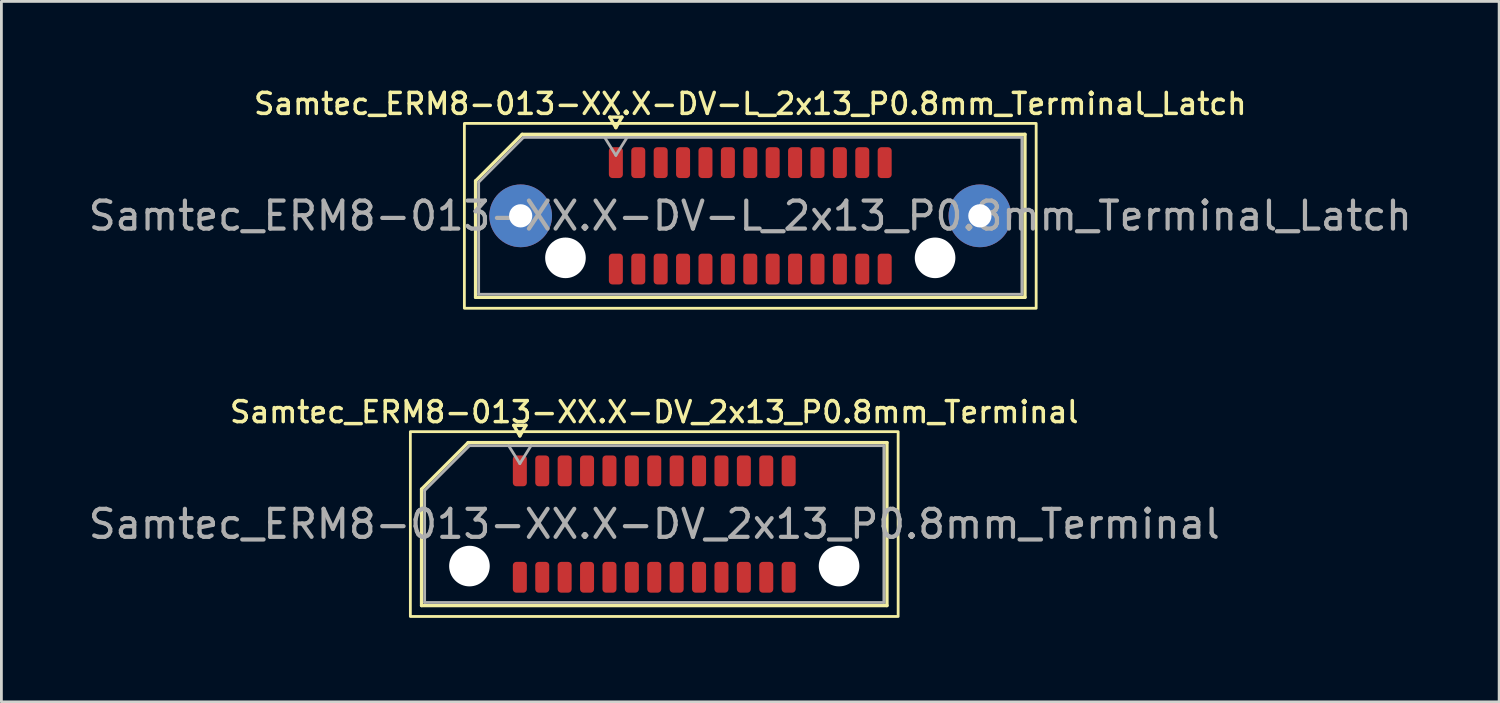
<source format=kicad_pcb>
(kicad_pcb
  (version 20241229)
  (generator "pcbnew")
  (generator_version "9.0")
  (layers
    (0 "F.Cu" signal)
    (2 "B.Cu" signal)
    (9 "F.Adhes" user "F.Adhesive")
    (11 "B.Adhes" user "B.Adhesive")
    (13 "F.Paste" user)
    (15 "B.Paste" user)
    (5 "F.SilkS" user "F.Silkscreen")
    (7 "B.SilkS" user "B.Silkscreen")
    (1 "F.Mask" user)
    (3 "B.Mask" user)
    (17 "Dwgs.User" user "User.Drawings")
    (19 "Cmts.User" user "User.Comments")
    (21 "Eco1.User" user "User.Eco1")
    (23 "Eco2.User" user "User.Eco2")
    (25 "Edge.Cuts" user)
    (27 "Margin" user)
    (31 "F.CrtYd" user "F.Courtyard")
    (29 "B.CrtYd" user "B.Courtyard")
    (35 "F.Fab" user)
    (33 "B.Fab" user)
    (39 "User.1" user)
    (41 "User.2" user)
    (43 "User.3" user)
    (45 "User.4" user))
  (footprint "Samtec_ERM8-013-XX.X-DV-L_2x13_P0.8mm_Terminal_Latch"
    (layer "F.Cu")
    (at 23.744 4.658)
    (property "Reference" "Samtec_ERM8-013-XX.X-DV-L_2x13_P0.8mm_Terminal_Latch" (at 0 -4 0) (layer "F.SilkS") (effects (font (size 0.75 0.75) (thickness 0.125))))
    (attr smd)
    (fp_line (start -9.81 -1.246) (end -8.146 -2.91) (stroke (width 0.12) (type solid)) (layer "F.SilkS"))
    (fp_line (start -9.81 2.91) (end -9.81 -1.246) (stroke (width 0.12) (type solid)) (layer "F.SilkS"))
    (fp_line (start -8.146 -2.91) (end 9.81 -2.91) (stroke (width 0.12) (type solid)) (layer "F.SilkS"))
    (fp_line (start -5.017 -3.525) (end -4.8 -3.15) (stroke (width 0.12) (type solid)) (layer "F.SilkS"))
    (fp_line (start -4.8 -3.15) (end -4.583 -3.525) (stroke (width 0.12) (type solid)) (layer "F.SilkS"))
    (fp_line (start -4.583 -3.525) (end -5.017 -3.525) (stroke (width 0.12) (type solid)) (layer "F.SilkS"))
    (fp_line (start 9.81 -2.91) (end 9.81 2.91) (stroke (width 0.12) (type solid)) (layer "F.SilkS"))
    (fp_line (start 9.81 2.91) (end -9.81 2.91) (stroke (width 0.12) (type solid)) (layer "F.SilkS"))
    (fp_rect (start -10.21 -3.3) (end 10.21 3.3) (stroke (width 0.1) (type solid)) (fill no) (layer "F.SilkS"))
    (fp_line (start -9.7 -1.2) (end -8.1 -2.8) (stroke (width 0.1) (type solid)) (layer "F.Fab"))
    (fp_line (start -9.7 2.8) (end -9.7 -1.2) (stroke (width 0.1) (type solid)) (layer "F.Fab"))
    (fp_line (start -8.1 -2.8) (end 9.7 -2.8) (stroke (width 0.1) (type solid)) (layer "F.Fab"))
    (fp_line (start -5.2 -2.8) (end -4.8 -2.16) (stroke (width 0.1) (type solid)) (layer "F.Fab"))
    (fp_line (start -4.8 -2.16) (end -4.4 -2.8) (stroke (width 0.1) (type solid)) (layer "F.Fab"))
    (fp_line (start 9.7 -2.8) (end 9.7 2.8) (stroke (width 0.1) (type solid)) (layer "F.Fab"))
    (fp_line (start 9.7 2.8) (end -9.7 2.8) (stroke (width 0.1) (type solid)) (layer "F.Fab"))
    (fp_text user "${REFERENCE}" (at 0 0 0) (layer "F.Fab") (effects (font (size 1 1) (thickness 0.15))))
    (pad "" thru_hole circle (at -8.2 0) (size 2.24 2.24) (drill 0.83) (layers "*.Cu" "*.Mask" "F.Paste"))
    (pad "" np_thru_hole circle (at -6.6 1.5) (size 1.45 1.45) (drill 1.45) (layers "*.Cu" "*.Mask"))
    (pad "" np_thru_hole circle (at 6.6 1.5) (size 1.45 1.45) (drill 1.45) (layers "*.Cu" "*.Mask"))
    (pad "" thru_hole circle (at 8.2 0) (size 2.24 2.24) (drill 0.83) (layers "*.Cu" "*.Mask" "F.Paste"))
    (pad "1" smd roundrect (at -4.8 -1.9) (size 0.5 1.1) (layers "F.Cu" "F.Mask" "F.Paste") (roundrect_rratio 0.25))
    (pad "2" smd roundrect (at -4.8 1.9) (size 0.5 1.1) (layers "F.Cu" "F.Mask" "F.Paste") (roundrect_rratio 0.25))
    (pad "3" smd roundrect (at -4 -1.9) (size 0.5 1.1) (layers "F.Cu" "F.Mask" "F.Paste") (roundrect_rratio 0.25))
    (pad "4" smd roundrect (at -4 1.9) (size 0.5 1.1) (layers "F.Cu" "F.Mask" "F.Paste") (roundrect_rratio 0.25))
    (pad "5" smd roundrect (at -3.2 -1.9) (size 0.5 1.1) (layers "F.Cu" "F.Mask" "F.Paste") (roundrect_rratio 0.25))
    (pad "6" smd roundrect (at -3.2 1.9) (size 0.5 1.1) (layers "F.Cu" "F.Mask" "F.Paste") (roundrect_rratio 0.25))
    (pad "7" smd roundrect (at -2.4 -1.9) (size 0.5 1.1) (layers "F.Cu" "F.Mask" "F.Paste") (roundrect_rratio 0.25))
    (pad "8" smd roundrect (at -2.4 1.9) (size 0.5 1.1) (layers "F.Cu" "F.Mask" "F.Paste") (roundrect_rratio 0.25))
    (pad "9" smd roundrect (at -1.6 -1.9) (size 0.5 1.1) (layers "F.Cu" "F.Mask" "F.Paste") (roundrect_rratio 0.25))
    (pad "10" smd roundrect (at -1.6 1.9) (size 0.5 1.1) (layers "F.Cu" "F.Mask" "F.Paste") (roundrect_rratio 0.25))
    (pad "11" smd roundrect (at -0.8 -1.9) (size 0.5 1.1) (layers "F.Cu" "F.Mask" "F.Paste") (roundrect_rratio 0.25))
    (pad "12" smd roundrect (at -0.8 1.9) (size 0.5 1.1) (layers "F.Cu" "F.Mask" "F.Paste") (roundrect_rratio 0.25))
    (pad "13" smd roundrect (at 0 -1.9) (size 0.5 1.1) (layers "F.Cu" "F.Mask" "F.Paste") (roundrect_rratio 0.25))
    (pad "14" smd roundrect (at 0 1.9) (size 0.5 1.1) (layers "F.Cu" "F.Mask" "F.Paste") (roundrect_rratio 0.25))
    (pad "15" smd roundrect (at 0.8 -1.9) (size 0.5 1.1) (layers "F.Cu" "F.Mask" "F.Paste") (roundrect_rratio 0.25))
    (pad "16" smd roundrect (at 0.8 1.9) (size 0.5 1.1) (layers "F.Cu" "F.Mask" "F.Paste") (roundrect_rratio 0.25))
    (pad "17" smd roundrect (at 1.6 -1.9) (size 0.5 1.1) (layers "F.Cu" "F.Mask" "F.Paste") (roundrect_rratio 0.25))
    (pad "18" smd roundrect (at 1.6 1.9) (size 0.5 1.1) (layers "F.Cu" "F.Mask" "F.Paste") (roundrect_rratio 0.25))
    (pad "19" smd roundrect (at 2.4 -1.9) (size 0.5 1.1) (layers "F.Cu" "F.Mask" "F.Paste") (roundrect_rratio 0.25))
    (pad "20" smd roundrect (at 2.4 1.9) (size 0.5 1.1) (layers "F.Cu" "F.Mask" "F.Paste") (roundrect_rratio 0.25))
    (pad "21" smd roundrect (at 3.2 -1.9) (size 0.5 1.1) (layers "F.Cu" "F.Mask" "F.Paste") (roundrect_rratio 0.25))
    (pad "22" smd roundrect (at 3.2 1.9) (size 0.5 1.1) (layers "F.Cu" "F.Mask" "F.Paste") (roundrect_rratio 0.25))
    (pad "23" smd roundrect (at 4 -1.9) (size 0.5 1.1) (layers "F.Cu" "F.Mask" "F.Paste") (roundrect_rratio 0.25))
    (pad "24" smd roundrect (at 4 1.9) (size 0.5 1.1) (layers "F.Cu" "F.Mask" "F.Paste") (roundrect_rratio 0.25))
    (pad "25" smd roundrect (at 4.8 -1.9) (size 0.5 1.1) (layers "F.Cu" "F.Mask" "F.Paste") (roundrect_rratio 0.25))
    (pad "26" smd roundrect (at 4.8 1.9) (size 0.5 1.1) (layers "F.Cu" "F.Mask" "F.Paste") (roundrect_rratio 0.25)))
  (footprint "Samtec_ERM8-013-XX.X-DV_2x13_P0.8mm_Terminal"
    (layer "F.Cu")
    (at 20.315 15.666)
    (property "Reference" "Samtec_ERM8-013-XX.X-DV_2x13_P0.8mm_Terminal" (at 0 -4 0) (layer "F.SilkS") (effects (font (size 0.75 0.75) (thickness 0.125))))
    (attr smd)
    (fp_line (start -8.31 -1.246) (end -6.646 -2.91) (stroke (width 0.12) (type solid)) (layer "F.SilkS"))
    (fp_line (start -8.31 2.91) (end -8.31 -1.246) (stroke (width 0.12) (type solid)) (layer "F.SilkS"))
    (fp_line (start -6.646 -2.91) (end 8.31 -2.91) (stroke (width 0.12) (type solid)) (layer "F.SilkS"))
    (fp_line (start -5.017 -3.525) (end -4.8 -3.15) (stroke (width 0.12) (type solid)) (layer "F.SilkS"))
    (fp_line (start -4.8 -3.15) (end -4.583 -3.525) (stroke (width 0.12) (type solid)) (layer "F.SilkS"))
    (fp_line (start -4.583 -3.525) (end -5.017 -3.525) (stroke (width 0.12) (type solid)) (layer "F.SilkS"))
    (fp_line (start 8.31 -2.91) (end 8.31 2.91) (stroke (width 0.12) (type solid)) (layer "F.SilkS"))
    (fp_line (start 8.31 2.91) (end -8.31 2.91) (stroke (width 0.12) (type solid)) (layer "F.SilkS"))
    (fp_rect (start -8.71 -3.3) (end 8.71 3.3) (stroke (width 0.1) (type solid)) (fill no) (layer "F.SilkS"))
    (fp_line (start -8.2 -1.2) (end -6.6 -2.8) (stroke (width 0.1) (type solid)) (layer "F.Fab"))
    (fp_line (start -8.2 2.8) (end -8.2 -1.2) (stroke (width 0.1) (type solid)) (layer "F.Fab"))
    (fp_line (start -6.6 -2.8) (end 8.2 -2.8) (stroke (width 0.1) (type solid)) (layer "F.Fab"))
    (fp_line (start -5.2 -2.8) (end -4.8 -2.16) (stroke (width 0.1) (type solid)) (layer "F.Fab"))
    (fp_line (start -4.8 -2.16) (end -4.4 -2.8) (stroke (width 0.1) (type solid)) (layer "F.Fab"))
    (fp_line (start 8.2 -2.8) (end 8.2 2.8) (stroke (width 0.1) (type solid)) (layer "F.Fab"))
    (fp_line (start 8.2 2.8) (end -8.2 2.8) (stroke (width 0.1) (type solid)) (layer "F.Fab"))
    (fp_text user "${REFERENCE}" (at 0 0 0) (layer "F.Fab") (effects (font (size 1 1) (thickness 0.15))))
    (pad "" np_thru_hole circle (at -6.6 1.5) (size 1.45 1.45) (drill 1.45) (layers "*.Cu" "*.Mask"))
    (pad "" np_thru_hole circle (at 6.6 1.5) (size 1.45 1.45) (drill 1.45) (layers "*.Cu" "*.Mask"))
    (pad "1" smd roundrect (at -4.8 -1.9) (size 0.5 1.1) (layers "F.Cu" "F.Mask" "F.Paste") (roundrect_rratio 0.25))
    (pad "2" smd roundrect (at -4.8 1.9) (size 0.5 1.1) (layers "F.Cu" "F.Mask" "F.Paste") (roundrect_rratio 0.25))
    (pad "3" smd roundrect (at -4 -1.9) (size 0.5 1.1) (layers "F.Cu" "F.Mask" "F.Paste") (roundrect_rratio 0.25))
    (pad "4" smd roundrect (at -4 1.9) (size 0.5 1.1) (layers "F.Cu" "F.Mask" "F.Paste") (roundrect_rratio 0.25))
    (pad "5" smd roundrect (at -3.2 -1.9) (size 0.5 1.1) (layers "F.Cu" "F.Mask" "F.Paste") (roundrect_rratio 0.25))
    (pad "6" smd roundrect (at -3.2 1.9) (size 0.5 1.1) (layers "F.Cu" "F.Mask" "F.Paste") (roundrect_rratio 0.25))
    (pad "7" smd roundrect (at -2.4 -1.9) (size 0.5 1.1) (layers "F.Cu" "F.Mask" "F.Paste") (roundrect_rratio 0.25))
    (pad "8" smd roundrect (at -2.4 1.9) (size 0.5 1.1) (layers "F.Cu" "F.Mask" "F.Paste") (roundrect_rratio 0.25))
    (pad "9" smd roundrect (at -1.6 -1.9) (size 0.5 1.1) (layers "F.Cu" "F.Mask" "F.Paste") (roundrect_rratio 0.25))
    (pad "10" smd roundrect (at -1.6 1.9) (size 0.5 1.1) (layers "F.Cu" "F.Mask" "F.Paste") (roundrect_rratio 0.25))
    (pad "11" smd roundrect (at -0.8 -1.9) (size 0.5 1.1) (layers "F.Cu" "F.Mask" "F.Paste") (roundrect_rratio 0.25))
    (pad "12" smd roundrect (at -0.8 1.9) (size 0.5 1.1) (layers "F.Cu" "F.Mask" "F.Paste") (roundrect_rratio 0.25))
    (pad "13" smd roundrect (at 0 -1.9) (size 0.5 1.1) (layers "F.Cu" "F.Mask" "F.Paste") (roundrect_rratio 0.25))
    (pad "14" smd roundrect (at 0 1.9) (size 0.5 1.1) (layers "F.Cu" "F.Mask" "F.Paste") (roundrect_rratio 0.25))
    (pad "15" smd roundrect (at 0.8 -1.9) (size 0.5 1.1) (layers "F.Cu" "F.Mask" "F.Paste") (roundrect_rratio 0.25))
    (pad "16" smd roundrect (at 0.8 1.9) (size 0.5 1.1) (layers "F.Cu" "F.Mask" "F.Paste") (roundrect_rratio 0.25))
    (pad "17" smd roundrect (at 1.6 -1.9) (size 0.5 1.1) (layers "F.Cu" "F.Mask" "F.Paste") (roundrect_rratio 0.25))
    (pad "18" smd roundrect (at 1.6 1.9) (size 0.5 1.1) (layers "F.Cu" "F.Mask" "F.Paste") (roundrect_rratio 0.25))
    (pad "19" smd roundrect (at 2.4 -1.9) (size 0.5 1.1) (layers "F.Cu" "F.Mask" "F.Paste") (roundrect_rratio 0.25))
    (pad "20" smd roundrect (at 2.4 1.9) (size 0.5 1.1) (layers "F.Cu" "F.Mask" "F.Paste") (roundrect_rratio 0.25))
    (pad "21" smd roundrect (at 3.2 -1.9) (size 0.5 1.1) (layers "F.Cu" "F.Mask" "F.Paste") (roundrect_rratio 0.25))
    (pad "22" smd roundrect (at 3.2 1.9) (size 0.5 1.1) (layers "F.Cu" "F.Mask" "F.Paste") (roundrect_rratio 0.25))
    (pad "23" smd roundrect (at 4 -1.9) (size 0.5 1.1) (layers "F.Cu" "F.Mask" "F.Paste") (roundrect_rratio 0.25))
    (pad "24" smd roundrect (at 4 1.9) (size 0.5 1.1) (layers "F.Cu" "F.Mask" "F.Paste") (roundrect_rratio 0.25))
    (pad "25" smd roundrect (at 4.8 -1.9) (size 0.5 1.1) (layers "F.Cu" "F.Mask" "F.Paste") (roundrect_rratio 0.25))
    (pad "26" smd roundrect (at 4.8 1.9) (size 0.5 1.1) (layers "F.Cu" "F.Mask" "F.Paste") (roundrect_rratio 0.25)))
  (gr_rect
    (start -3 -3)
    (end 50.488 22.016)
    (stroke (width 0.1) (type default))
    (fill no)
    (layer "Edge.Cuts")))
</source>
